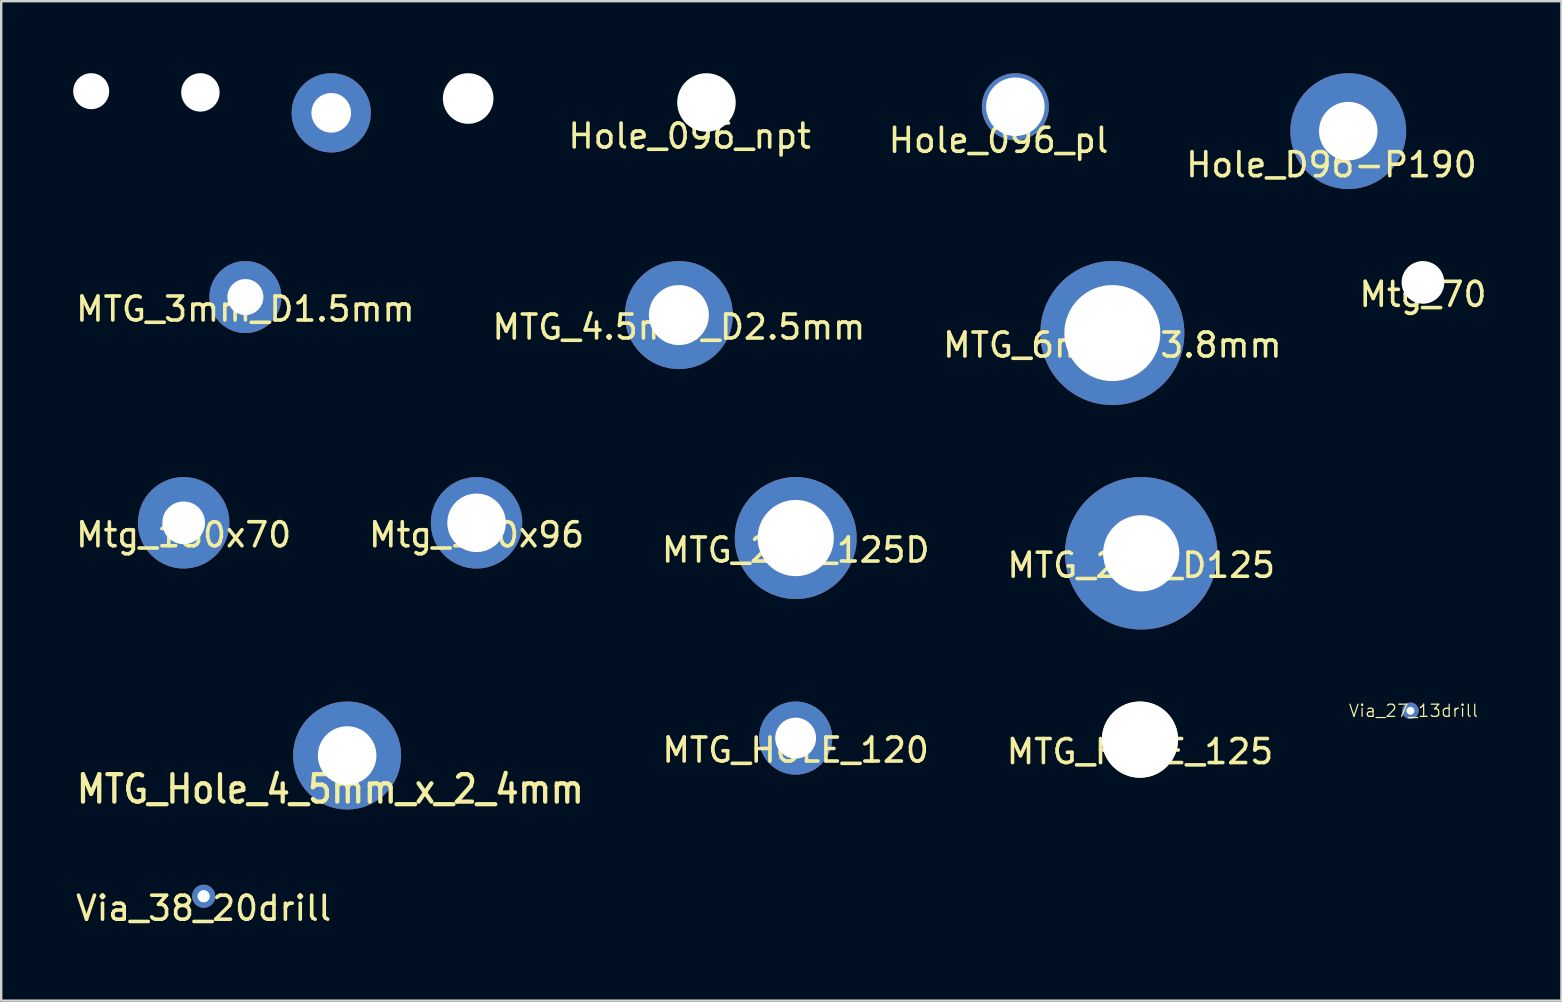
<source format=kicad_pcb>
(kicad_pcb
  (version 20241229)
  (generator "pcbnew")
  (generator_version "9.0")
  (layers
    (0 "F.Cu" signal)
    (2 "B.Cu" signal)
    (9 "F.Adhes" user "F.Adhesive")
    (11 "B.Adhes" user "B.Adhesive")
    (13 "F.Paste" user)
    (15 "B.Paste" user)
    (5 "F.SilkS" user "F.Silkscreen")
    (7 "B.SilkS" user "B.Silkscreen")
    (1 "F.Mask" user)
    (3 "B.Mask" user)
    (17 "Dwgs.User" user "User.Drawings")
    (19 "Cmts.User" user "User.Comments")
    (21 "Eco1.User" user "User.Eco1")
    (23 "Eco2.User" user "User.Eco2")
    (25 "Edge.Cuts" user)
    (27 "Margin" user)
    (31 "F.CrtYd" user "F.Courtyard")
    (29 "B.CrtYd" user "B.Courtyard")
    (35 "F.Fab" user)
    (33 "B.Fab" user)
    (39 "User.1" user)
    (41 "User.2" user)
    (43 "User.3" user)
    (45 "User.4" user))
  (footprint "Mtg_150x96"
    (layer "F.Cu")
    (at 16.804 18.731)
    (property "Reference" "Mtg_150x96" (at 0 0.5 0) (layer "F.SilkS") (effects (font (size 1 1) (thickness 0.15))))
    (attr through_hole)
    (pad "1" thru_hole circle (at 0 0) (size 3.81 3.81) (drill 2.438) (layers "*.Cu" "*.Mask")))
  (footprint "Hole_D96-P190"
    (layer "F.Cu")
    (at 53.12 2.413)
    (property "Reference" "Hole_D96-P190" (at -0.7 1.4 0) (layer "F.SilkS") (effects (font (size 1 1) (thickness 0.15))))
    (attr through_hole)
    (pad "1" thru_hole circle (at 0 0) (size 4.826 4.826) (drill 2.438) (layers "*.Cu" "*.Mask")))
  (footprint "MTG_Hole_4_5mm_x_2_4mm"
    (layer "F.Cu")
    (at 11.412 28.426)
    (property "Reference" "MTG_Hole_4_5mm_x_2_4mm" (at -0.7 1.4 0) (layer "F.SilkS") (effects (font (size 1.143 1.016) (thickness 0.178))))
    (attr through_hole)
    (pad "1" thru_hole circle (at 0 0) (size 4.5 4.5) (drill 2.438) (layers "*.Cu" "*.Mask")))
  (footprint "0.059_Hole"
    (layer "F.Cu")
    (at 0.749 0.749)
    (property "Reference" "0.059_Hole" (at 0.1 -0.1 0) (layer "F.SilkS") (effects (font (size 0.127 0.127) (thickness 0.025))))
    (attr through_hole)
    (pad "" np_thru_hole circle (at 0 0) (size 1.499 1.499) (drill 1.499) (layers "*.Cu" "*.Mask")))
  (footprint "Hole_096_pl"
    (layer "F.Cu")
    (at 39.251 1.397)
    (property "Reference" "Hole_096_pl" (at -0.7 1.4 0) (layer "F.SilkS") (effects (font (size 1 1) (thickness 0.15))))
    (attr through_hole)
    (pad "1" thru_hole circle (at 0 0) (size 2.794 2.794) (drill 2.438) (layers "*.Cu" "*.Mask")))
  (footprint "0.65_Hole"
    (layer "F.Cu")
    (at 10.75 1.651)
    (property "Reference" "0.65_Hole" (at 0.1 -0.1 0) (layer "F.SilkS") (effects (font (size 0.127 0.127) (thickness 0.025))))
    (attr through_hole)
    (pad "1" thru_hole circle (at 0 0) (size 3.302 3.302) (drill 1.651) (layers "*.Cu" "*.Mask")))
  (footprint "MTG_HOLE_125"
    (layer "F.Cu")
    (at 44.442 27.764)
    (property "Reference" "MTG_HOLE_125" (at 0 0.5 0) (layer "F.SilkS") (effects (font (size 1 1) (thickness 0.15))))
    (attr through_hole)
    (pad "" np_thru_hole circle (at 0 0) (size 3.175 3.175) (drill 3.175) (layers "*.Cu" "*.Mask" "F.SilkS")))
  (footprint "MTG_HOLE_120"
    (layer "F.Cu")
    (at 30.097 27.7)
    (property "Reference" "MTG_HOLE_120" (at 0 0.5 0) (layer "F.SilkS") (effects (font (size 1 1) (thickness 0.15))))
    (attr through_hole)
    (pad "" thru_hole circle (at 0 0) (size 3.048 3.048) (drill 1.702) (layers "*.Cu")))
  (footprint "Mtg_150x70"
    (layer "F.Cu")
    (at 4.601 18.731)
    (property "Reference" "Mtg_150x70" (at 0 0.5 0) (layer "F.SilkS") (effects (font (size 1 1) (thickness 0.15))))
    (attr through_hole)
    (pad "1" thru_hole circle (at 0 0) (size 3.81 3.81) (drill 1.778) (layers "*.Cu" "*.Mask")))
  (footprint "MTG_4.5mm_D2.5mm"
    (layer "F.Cu")
    (at 25.232 10.076)
    (property "Reference" "MTG_4.5mm_D2.5mm" (at 0 0.5 0) (layer "F.SilkS") (effects (font (size 1 1) (thickness 0.15))))
    (attr through_hole)
    (pad "1" thru_hole circle (at 0 0) (size 4.5 4.5) (drill 2.5) (layers "*.Cu" "*.Mask")))
  (footprint "MTG_250_D125"
    (layer "F.Cu")
    (at 44.494 20.001)
    (property "Reference" "MTG_250_D125" (at 0 0.5 0) (layer "F.SilkS") (effects (font (size 1 1) (thickness 0.15))))
    (attr through_hole)
    (pad "1" thru_hole circle (at 0 0) (size 6.35 6.35) (drill 3.175) (layers "*.Cu" "*.Mask")))
  (footprint "Via_27_13drill"
    (layer "F.Cu")
    (at 55.71 26.562)
    (property "Reference" "Via_27_13drill" (at 0.127 0 0) (layer "F.SilkS") (effects (font (size 0.508 0.508) (thickness 0.051))))
    (attr through_hole)
    (pad "1" thru_hole circle (at 0 0) (size 0.686 0.686) (drill 0.33) (layers "*.Cu")))
  (footprint "0.063_Hole"
    (layer "F.Cu")
    (at 5.299 0.8)
    (property "Reference" "0.063_Hole" (at 0.1 -0.1 0) (layer "F.SilkS") (effects (font (size 0.127 0.127) (thickness 0.025))))
    (attr through_hole)
    (pad "" np_thru_hole circle (at 0 0) (size 1.6 1.6) (drill 1.6) (layers "*.Cu" "*.Mask")))
  (footprint "MTG_3mm_D1.5mm"
    (layer "F.Cu")
    (at 7.173 9.326)
    (property "Reference" "MTG_3mm_D1.5mm" (at 0 0.5 0) (layer "F.SilkS") (effects (font (size 1 1) (thickness 0.15))))
    (attr through_hole)
    (pad "1" thru_hole circle (at 0 0) (size 3 3) (drill 1.5) (layers "*.Cu" "*.Mask")))
  (footprint "Hole_096_npt"
    (layer "F.Cu")
    (at 26.382 1.219)
    (property "Reference" "Hole_096_npt" (at -0.7 1.4 0) (layer "F.SilkS") (effects (font (size 1 1) (thickness 0.15))))
    (attr through_hole)
    (pad "" np_thru_hole circle (at 0 0) (size 2.438 2.438) (drill 2.438) (layers "*.Cu" "*.Mask")))
  (footprint "Mtg_70"
    (layer "F.Cu")
    (at 56.232 8.715)
    (property "Reference" "Mtg_70" (at 0 0.5 0) (layer "F.SilkS") (effects (font (size 1 1) (thickness 0.15))))
    (attr through_hole)
    (pad "" np_thru_hole circle (at 0 0) (size 1.778 1.778) (drill 1.778) (layers "*.Cu" "*.Mask")))
  (footprint "Via_38_20drill"
    (layer "F.Cu")
    (at 5.435 34.289)
    (property "Reference" "Via_38_20drill" (at 0 0.5 0) (layer "F.SilkS") (effects (font (size 1 1) (thickness 0.15))))
    (attr through_hole)
    (pad "1" thru_hole circle (at 0 0) (size 0.965 0.965) (drill 0.508) (layers "*.Cu" "*.Mask")))
  (footprint "0.083_Hole"
    (layer "F.Cu")
    (at 16.455 1.054)
    (property "Reference" "0.083_Hole" (at 0.1 -0.1 0) (layer "F.SilkS") (effects (font (size 0.127 0.127) (thickness 0.025))))
    (attr through_hole)
    (pad "" np_thru_hole circle (at 0 0) (size 2.108 2.108) (drill 2.108) (layers "*.Cu" "*.Mask")))
  (footprint "MTG_6mm_D3.8mm"
    (layer "F.Cu")
    (at 43.292 10.826)
    (property "Reference" "MTG_6mm_D3.8mm" (at 0 0.5 0) (layer "F.SilkS") (effects (font (size 1 1) (thickness 0.15))))
    (attr through_hole)
    (pad "1" thru_hole circle (at 0 0) (size 6 6) (drill 4) (layers "*.Cu" "*.Mask")))
  (footprint "MTG_200_125D"
    (layer "F.Cu")
    (at 30.101 19.366)
    (property "Reference" "MTG_200_125D" (at 0 0.5 0) (layer "F.SilkS") (effects (font (size 1 1) (thickness 0.15))))
    (attr through_hole)
    (pad "1" thru_hole circle (at 0 0) (size 5.08 5.08) (drill 3.175) (layers "*.Cu" "*.Mask")))
  (gr_rect
    (start -3 -3)
    (end 62 38.638)
    (stroke (width 0.1) (type default))
    (fill no)
    (layer "Edge.Cuts")))
</source>
